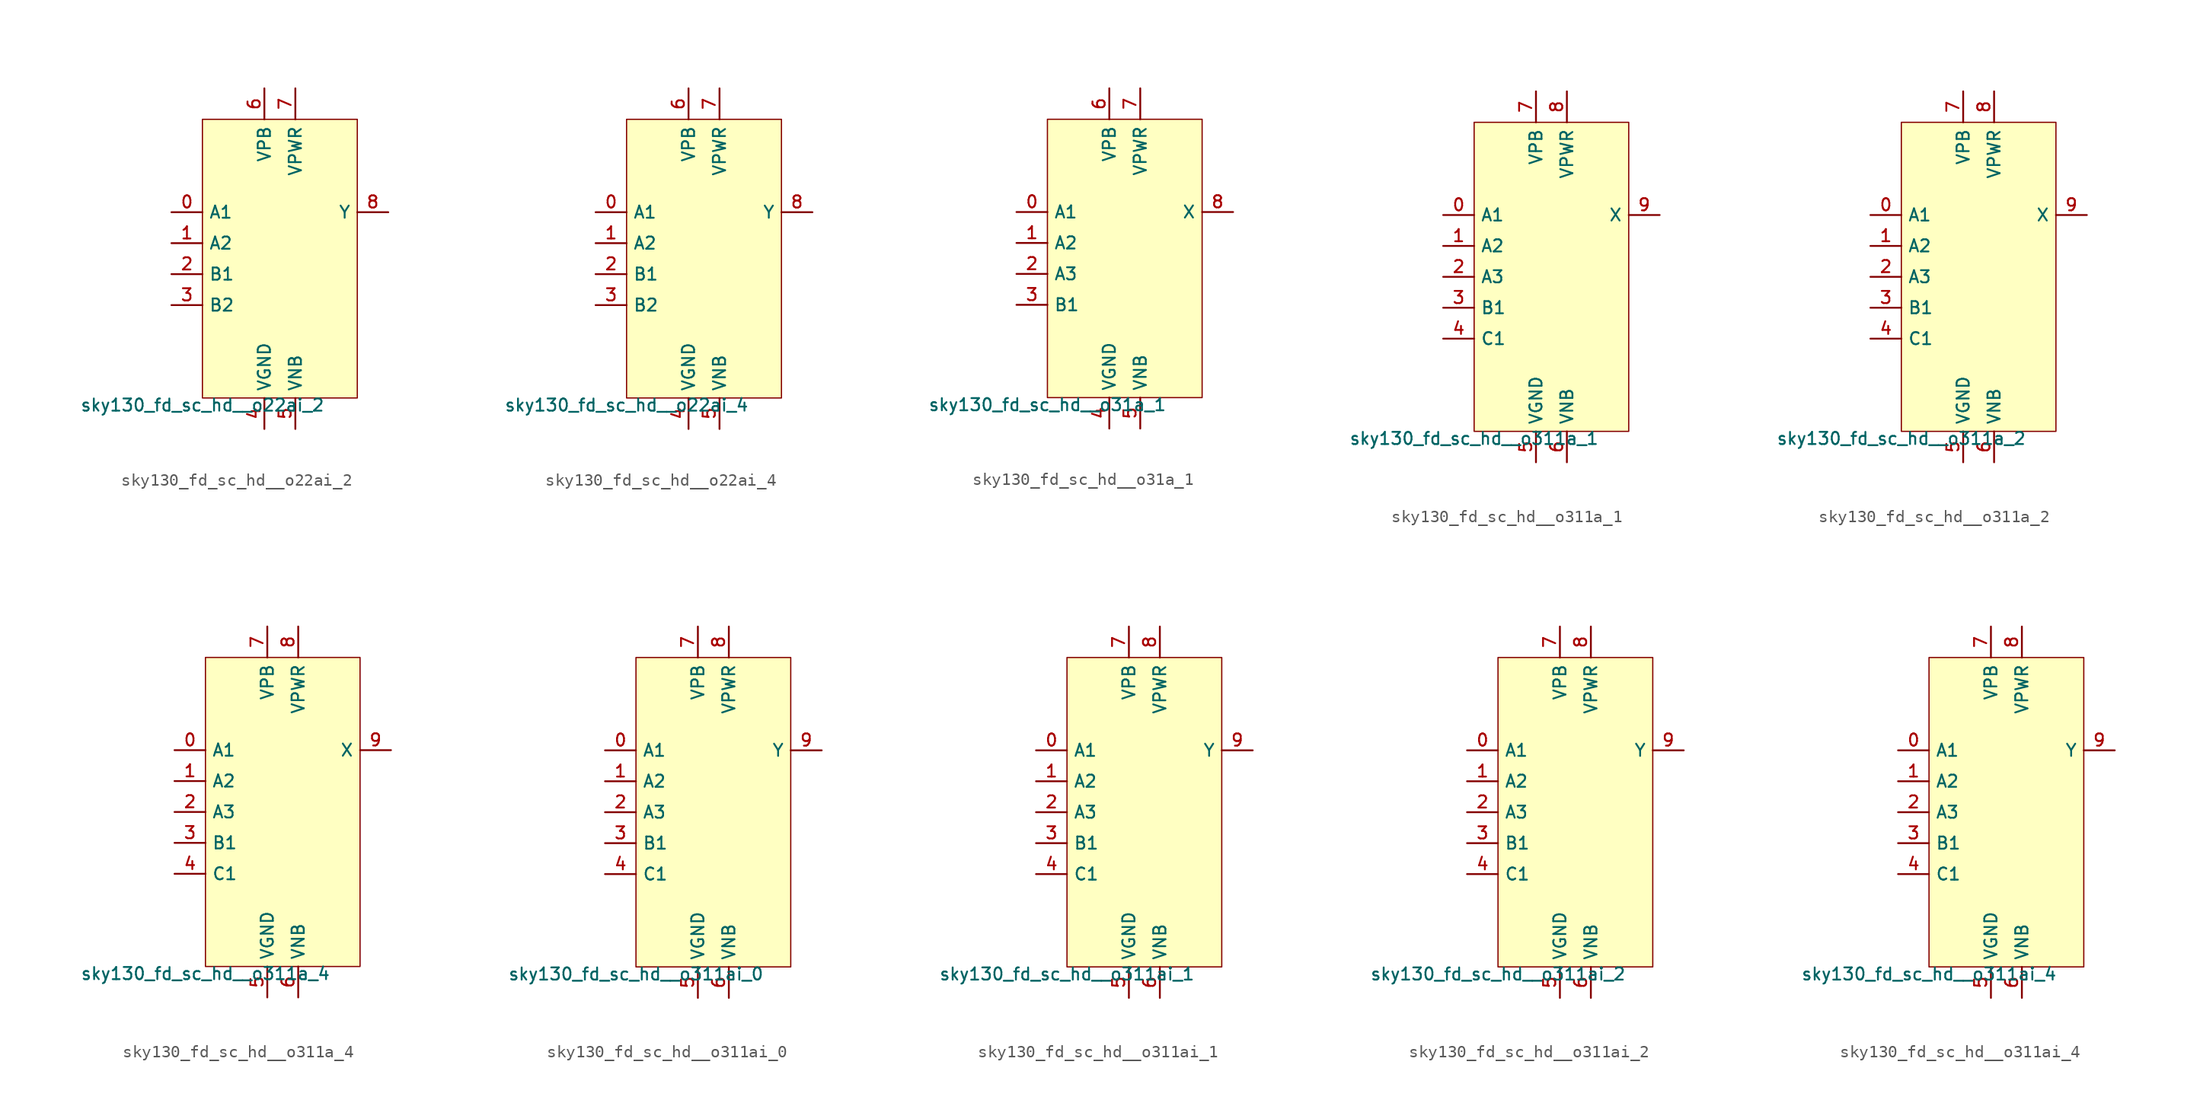
<source format=kicad_sym>
(kicad_symbol_lib
  (version 20211014)
  (generator lef2kicad_sym)
  (symbol "sky130_fd_sc_hd__o22ai_2"
    (property "Reference" "X"
      (at 0 0 0)
      (effects (font (size 1 1)) hide))
    (property "Value" "sky130_fd_sc_hd__o22ai_2"
      (at -6.35 -11.43 0)
      (effects (font (size 1 1)) (justify top)))
    (rectangle
      (start -6.35 -11.43)
      (end 6.35 11.43)
      (stroke (width 0.1) (type solid) (color 0 0 0 0))
      (fill (type background)))
    (pin input line
      (at -8.89 3.81 0)
      (length 2.54)
      (name "A1" (effects (font (size 1 1)) hide))
      (number "0" (effects (font (size 1 1)) hide)))
    (pin input line
      (at -8.89 1.27 0)
      (length 2.54)
      (name "A2" (effects (font (size 1 1)) hide))
      (number "1" (effects (font (size 1 1)) hide)))
    (pin input line
      (at -8.89 -1.27 0)
      (length 2.54)
      (name "B1" (effects (font (size 1 1)) hide))
      (number "2" (effects (font (size 1 1)) hide)))
    (pin input line
      (at -8.89 -3.81 0)
      (length 2.54)
      (name "B2" (effects (font (size 1 1)) hide))
      (number "3" (effects (font (size 1 1)) hide)))
    (pin power_in line
      (at -1.27 -13.97 90)
      (length 2.54)
      (name "VGND" (effects (font (size 1 1)) hide))
      (number "4" (effects (font (size 1 1)) hide)))
    (pin power_in line
      (at 1.27 -13.97 90)
      (length 2.54)
      (name "VNB" (effects (font (size 1 1)) hide))
      (number "5" (effects (font (size 1 1)) hide)))
    (pin power_in line
      (at -1.27 13.97 270)
      (length 2.54)
      (name "VPB" (effects (font (size 1 1)) hide))
      (number "6" (effects (font (size 1 1)) hide)))
    (pin power_in line
      (at 1.27 13.97 270)
      (length 2.54)
      (name "VPWR" (effects (font (size 1 1)) hide))
      (number "7" (effects (font (size 1 1)) hide)))
    (pin output line
      (at 8.89 3.81 180)
      (length 2.54)
      (name "Y" (effects (font (size 1 1)) hide))
      (number "8" (effects (font (size 1 1)) hide))))
  (symbol "sky130_fd_sc_hd__o22ai_4"
    (property "Reference" "X"
      (at 0 0 0)
      (effects (font (size 1 1)) hide))
    (property "Value" "sky130_fd_sc_hd__o22ai_4"
      (at -6.35 -11.43 0)
      (effects (font (size 1 1)) (justify top)))
    (rectangle
      (start -6.35 -11.43)
      (end 6.35 11.43)
      (stroke (width 0.1) (type solid) (color 0 0 0 0))
      (fill (type background)))
    (pin input line
      (at -8.89 3.81 0)
      (length 2.54)
      (name "A1" (effects (font (size 1 1)) hide))
      (number "0" (effects (font (size 1 1)) hide)))
    (pin input line
      (at -8.89 1.27 0)
      (length 2.54)
      (name "A2" (effects (font (size 1 1)) hide))
      (number "1" (effects (font (size 1 1)) hide)))
    (pin input line
      (at -8.89 -1.27 0)
      (length 2.54)
      (name "B1" (effects (font (size 1 1)) hide))
      (number "2" (effects (font (size 1 1)) hide)))
    (pin input line
      (at -8.89 -3.81 0)
      (length 2.54)
      (name "B2" (effects (font (size 1 1)) hide))
      (number "3" (effects (font (size 1 1)) hide)))
    (pin power_in line
      (at -1.27 -13.97 90)
      (length 2.54)
      (name "VGND" (effects (font (size 1 1)) hide))
      (number "4" (effects (font (size 1 1)) hide)))
    (pin power_in line
      (at 1.27 -13.97 90)
      (length 2.54)
      (name "VNB" (effects (font (size 1 1)) hide))
      (number "5" (effects (font (size 1 1)) hide)))
    (pin power_in line
      (at -1.27 13.97 270)
      (length 2.54)
      (name "VPB" (effects (font (size 1 1)) hide))
      (number "6" (effects (font (size 1 1)) hide)))
    (pin power_in line
      (at 1.27 13.97 270)
      (length 2.54)
      (name "VPWR" (effects (font (size 1 1)) hide))
      (number "7" (effects (font (size 1 1)) hide)))
    (pin output line
      (at 8.89 3.81 180)
      (length 2.54)
      (name "Y" (effects (font (size 1 1)) hide))
      (number "8" (effects (font (size 1 1)) hide))))
  (symbol "sky130_fd_sc_hd__o31a_1"
    (property "Reference" "X"
      (at 0 0 0)
      (effects (font (size 1 1)) hide))
    (property "Value" "sky130_fd_sc_hd__o31a_1"
      (at -6.35 -11.43 0)
      (effects (font (size 1 1)) (justify top)))
    (rectangle
      (start -6.35 -11.43)
      (end 6.35 11.43)
      (stroke (width 0.1) (type solid) (color 0 0 0 0))
      (fill (type background)))
    (pin input line
      (at -8.89 3.81 0)
      (length 2.54)
      (name "A1" (effects (font (size 1 1)) hide))
      (number "0" (effects (font (size 1 1)) hide)))
    (pin input line
      (at -8.89 1.27 0)
      (length 2.54)
      (name "A2" (effects (font (size 1 1)) hide))
      (number "1" (effects (font (size 1 1)) hide)))
    (pin input line
      (at -8.89 -1.27 0)
      (length 2.54)
      (name "A3" (effects (font (size 1 1)) hide))
      (number "2" (effects (font (size 1 1)) hide)))
    (pin input line
      (at -8.89 -3.81 0)
      (length 2.54)
      (name "B1" (effects (font (size 1 1)) hide))
      (number "3" (effects (font (size 1 1)) hide)))
    (pin power_in line
      (at -1.27 -13.97 90)
      (length 2.54)
      (name "VGND" (effects (font (size 1 1)) hide))
      (number "4" (effects (font (size 1 1)) hide)))
    (pin power_in line
      (at 1.27 -13.97 90)
      (length 2.54)
      (name "VNB" (effects (font (size 1 1)) hide))
      (number "5" (effects (font (size 1 1)) hide)))
    (pin power_in line
      (at -1.27 13.97 270)
      (length 2.54)
      (name "VPB" (effects (font (size 1 1)) hide))
      (number "6" (effects (font (size 1 1)) hide)))
    (pin power_in line
      (at 1.27 13.97 270)
      (length 2.54)
      (name "VPWR" (effects (font (size 1 1)) hide))
      (number "7" (effects (font (size 1 1)) hide)))
    (pin output line
      (at 8.89 3.81 180)
      (length 2.54)
      (name "X" (effects (font (size 1 1)) hide))
      (number "8" (effects (font (size 1 1)) hide))))
  (symbol "sky130_fd_sc_hd__o311a_1"
    (property "Reference" "X"
      (at 0 0 0)
      (effects (font (size 1 1)) hide))
    (property "Value" "sky130_fd_sc_hd__o311a_1"
      (at -6.35 -12.7 0)
      (effects (font (size 1 1)) (justify top)))
    (rectangle
      (start -6.35 -12.7)
      (end 6.35 12.7)
      (stroke (width 0.1) (type solid) (color 0 0 0 0))
      (fill (type background)))
    (pin input line
      (at -8.89 5.08 0)
      (length 2.54)
      (name "A1" (effects (font (size 1 1)) hide))
      (number "0" (effects (font (size 1 1)) hide)))
    (pin input line
      (at -8.89 2.54 0)
      (length 2.54)
      (name "A2" (effects (font (size 1 1)) hide))
      (number "1" (effects (font (size 1 1)) hide)))
    (pin input line
      (at -8.89 -8.881784197001252e-16 0)
      (length 2.54)
      (name "A3" (effects (font (size 1 1)) hide))
      (number "2" (effects (font (size 1 1)) hide)))
    (pin input line
      (at -8.89 -2.54 0)
      (length 2.54)
      (name "B1" (effects (font (size 1 1)) hide))
      (number "3" (effects (font (size 1 1)) hide)))
    (pin input line
      (at -8.89 -5.08 0)
      (length 2.54)
      (name "C1" (effects (font (size 1 1)) hide))
      (number "4" (effects (font (size 1 1)) hide)))
    (pin power_in line
      (at -1.27 -15.24 90)
      (length 2.54)
      (name "VGND" (effects (font (size 1 1)) hide))
      (number "5" (effects (font (size 1 1)) hide)))
    (pin power_in line
      (at 1.27 -15.24 90)
      (length 2.54)
      (name "VNB" (effects (font (size 1 1)) hide))
      (number "6" (effects (font (size 1 1)) hide)))
    (pin power_in line
      (at -1.27 15.24 270)
      (length 2.54)
      (name "VPB" (effects (font (size 1 1)) hide))
      (number "7" (effects (font (size 1 1)) hide)))
    (pin power_in line
      (at 1.27 15.24 270)
      (length 2.54)
      (name "VPWR" (effects (font (size 1 1)) hide))
      (number "8" (effects (font (size 1 1)) hide)))
    (pin output line
      (at 8.89 5.08 180)
      (length 2.54)
      (name "X" (effects (font (size 1 1)) hide))
      (number "9" (effects (font (size 1 1)) hide))))
  (symbol "sky130_fd_sc_hd__o311a_2"
    (property "Reference" "X"
      (at 0 0 0)
      (effects (font (size 1 1)) hide))
    (property "Value" "sky130_fd_sc_hd__o311a_2"
      (at -6.35 -12.7 0)
      (effects (font (size 1 1)) (justify top)))
    (rectangle
      (start -6.35 -12.7)
      (end 6.35 12.7)
      (stroke (width 0.1) (type solid) (color 0 0 0 0))
      (fill (type background)))
    (pin input line
      (at -8.89 5.08 0)
      (length 2.54)
      (name "A1" (effects (font (size 1 1)) hide))
      (number "0" (effects (font (size 1 1)) hide)))
    (pin input line
      (at -8.89 2.54 0)
      (length 2.54)
      (name "A2" (effects (font (size 1 1)) hide))
      (number "1" (effects (font (size 1 1)) hide)))
    (pin input line
      (at -8.89 -8.881784197001252e-16 0)
      (length 2.54)
      (name "A3" (effects (font (size 1 1)) hide))
      (number "2" (effects (font (size 1 1)) hide)))
    (pin input line
      (at -8.89 -2.54 0)
      (length 2.54)
      (name "B1" (effects (font (size 1 1)) hide))
      (number "3" (effects (font (size 1 1)) hide)))
    (pin input line
      (at -8.89 -5.08 0)
      (length 2.54)
      (name "C1" (effects (font (size 1 1)) hide))
      (number "4" (effects (font (size 1 1)) hide)))
    (pin power_in line
      (at -1.27 -15.24 90)
      (length 2.54)
      (name "VGND" (effects (font (size 1 1)) hide))
      (number "5" (effects (font (size 1 1)) hide)))
    (pin power_in line
      (at 1.27 -15.24 90)
      (length 2.54)
      (name "VNB" (effects (font (size 1 1)) hide))
      (number "6" (effects (font (size 1 1)) hide)))
    (pin power_in line
      (at -1.27 15.24 270)
      (length 2.54)
      (name "VPB" (effects (font (size 1 1)) hide))
      (number "7" (effects (font (size 1 1)) hide)))
    (pin power_in line
      (at 1.27 15.24 270)
      (length 2.54)
      (name "VPWR" (effects (font (size 1 1)) hide))
      (number "8" (effects (font (size 1 1)) hide)))
    (pin output line
      (at 8.89 5.08 180)
      (length 2.54)
      (name "X" (effects (font (size 1 1)) hide))
      (number "9" (effects (font (size 1 1)) hide))))
  (symbol "sky130_fd_sc_hd__o311a_4"
    (property "Reference" "X"
      (at 0 0 0)
      (effects (font (size 1 1)) hide))
    (property "Value" "sky130_fd_sc_hd__o311a_4"
      (at -6.35 -12.7 0)
      (effects (font (size 1 1)) (justify top)))
    (rectangle
      (start -6.35 -12.7)
      (end 6.35 12.7)
      (stroke (width 0.1) (type solid) (color 0 0 0 0))
      (fill (type background)))
    (pin input line
      (at -8.89 5.08 0)
      (length 2.54)
      (name "A1" (effects (font (size 1 1)) hide))
      (number "0" (effects (font (size 1 1)) hide)))
    (pin input line
      (at -8.89 2.54 0)
      (length 2.54)
      (name "A2" (effects (font (size 1 1)) hide))
      (number "1" (effects (font (size 1 1)) hide)))
    (pin input line
      (at -8.89 -8.881784197001252e-16 0)
      (length 2.54)
      (name "A3" (effects (font (size 1 1)) hide))
      (number "2" (effects (font (size 1 1)) hide)))
    (pin input line
      (at -8.89 -2.54 0)
      (length 2.54)
      (name "B1" (effects (font (size 1 1)) hide))
      (number "3" (effects (font (size 1 1)) hide)))
    (pin input line
      (at -8.89 -5.08 0)
      (length 2.54)
      (name "C1" (effects (font (size 1 1)) hide))
      (number "4" (effects (font (size 1 1)) hide)))
    (pin power_in line
      (at -1.27 -15.24 90)
      (length 2.54)
      (name "VGND" (effects (font (size 1 1)) hide))
      (number "5" (effects (font (size 1 1)) hide)))
    (pin power_in line
      (at 1.27 -15.24 90)
      (length 2.54)
      (name "VNB" (effects (font (size 1 1)) hide))
      (number "6" (effects (font (size 1 1)) hide)))
    (pin power_in line
      (at -1.27 15.24 270)
      (length 2.54)
      (name "VPB" (effects (font (size 1 1)) hide))
      (number "7" (effects (font (size 1 1)) hide)))
    (pin power_in line
      (at 1.27 15.24 270)
      (length 2.54)
      (name "VPWR" (effects (font (size 1 1)) hide))
      (number "8" (effects (font (size 1 1)) hide)))
    (pin output line
      (at 8.89 5.08 180)
      (length 2.54)
      (name "X" (effects (font (size 1 1)) hide))
      (number "9" (effects (font (size 1 1)) hide))))
  (symbol "sky130_fd_sc_hd__o311ai_0"
    (property "Reference" "X"
      (at 0 0 0)
      (effects (font (size 1 1)) hide))
    (property "Value" "sky130_fd_sc_hd__o311ai_0"
      (at -6.35 -12.7 0)
      (effects (font (size 1 1)) (justify top)))
    (rectangle
      (start -6.35 -12.7)
      (end 6.35 12.7)
      (stroke (width 0.1) (type solid) (color 0 0 0 0))
      (fill (type background)))
    (pin input line
      (at -8.89 5.08 0)
      (length 2.54)
      (name "A1" (effects (font (size 1 1)) hide))
      (number "0" (effects (font (size 1 1)) hide)))
    (pin input line
      (at -8.89 2.54 0)
      (length 2.54)
      (name "A2" (effects (font (size 1 1)) hide))
      (number "1" (effects (font (size 1 1)) hide)))
    (pin input line
      (at -8.89 -8.881784197001252e-16 0)
      (length 2.54)
      (name "A3" (effects (font (size 1 1)) hide))
      (number "2" (effects (font (size 1 1)) hide)))
    (pin input line
      (at -8.89 -2.54 0)
      (length 2.54)
      (name "B1" (effects (font (size 1 1)) hide))
      (number "3" (effects (font (size 1 1)) hide)))
    (pin input line
      (at -8.89 -5.08 0)
      (length 2.54)
      (name "C1" (effects (font (size 1 1)) hide))
      (number "4" (effects (font (size 1 1)) hide)))
    (pin power_in line
      (at -1.27 -15.24 90)
      (length 2.54)
      (name "VGND" (effects (font (size 1 1)) hide))
      (number "5" (effects (font (size 1 1)) hide)))
    (pin power_in line
      (at 1.27 -15.24 90)
      (length 2.54)
      (name "VNB" (effects (font (size 1 1)) hide))
      (number "6" (effects (font (size 1 1)) hide)))
    (pin power_in line
      (at -1.27 15.24 270)
      (length 2.54)
      (name "VPB" (effects (font (size 1 1)) hide))
      (number "7" (effects (font (size 1 1)) hide)))
    (pin power_in line
      (at 1.27 15.24 270)
      (length 2.54)
      (name "VPWR" (effects (font (size 1 1)) hide))
      (number "8" (effects (font (size 1 1)) hide)))
    (pin output line
      (at 8.89 5.08 180)
      (length 2.54)
      (name "Y" (effects (font (size 1 1)) hide))
      (number "9" (effects (font (size 1 1)) hide))))
  (symbol "sky130_fd_sc_hd__o311ai_1"
    (property "Reference" "X"
      (at 0 0 0)
      (effects (font (size 1 1)) hide))
    (property "Value" "sky130_fd_sc_hd__o311ai_1"
      (at -6.35 -12.7 0)
      (effects (font (size 1 1)) (justify top)))
    (rectangle
      (start -6.35 -12.7)
      (end 6.35 12.7)
      (stroke (width 0.1) (type solid) (color 0 0 0 0))
      (fill (type background)))
    (pin input line
      (at -8.89 5.08 0)
      (length 2.54)
      (name "A1" (effects (font (size 1 1)) hide))
      (number "0" (effects (font (size 1 1)) hide)))
    (pin input line
      (at -8.89 2.54 0)
      (length 2.54)
      (name "A2" (effects (font (size 1 1)) hide))
      (number "1" (effects (font (size 1 1)) hide)))
    (pin input line
      (at -8.89 -8.881784197001252e-16 0)
      (length 2.54)
      (name "A3" (effects (font (size 1 1)) hide))
      (number "2" (effects (font (size 1 1)) hide)))
    (pin input line
      (at -8.89 -2.54 0)
      (length 2.54)
      (name "B1" (effects (font (size 1 1)) hide))
      (number "3" (effects (font (size 1 1)) hide)))
    (pin input line
      (at -8.89 -5.08 0)
      (length 2.54)
      (name "C1" (effects (font (size 1 1)) hide))
      (number "4" (effects (font (size 1 1)) hide)))
    (pin power_in line
      (at -1.27 -15.24 90)
      (length 2.54)
      (name "VGND" (effects (font (size 1 1)) hide))
      (number "5" (effects (font (size 1 1)) hide)))
    (pin power_in line
      (at 1.27 -15.24 90)
      (length 2.54)
      (name "VNB" (effects (font (size 1 1)) hide))
      (number "6" (effects (font (size 1 1)) hide)))
    (pin power_in line
      (at -1.27 15.24 270)
      (length 2.54)
      (name "VPB" (effects (font (size 1 1)) hide))
      (number "7" (effects (font (size 1 1)) hide)))
    (pin power_in line
      (at 1.27 15.24 270)
      (length 2.54)
      (name "VPWR" (effects (font (size 1 1)) hide))
      (number "8" (effects (font (size 1 1)) hide)))
    (pin output line
      (at 8.89 5.08 180)
      (length 2.54)
      (name "Y" (effects (font (size 1 1)) hide))
      (number "9" (effects (font (size 1 1)) hide))))
  (symbol "sky130_fd_sc_hd__o311ai_2"
    (property "Reference" "X"
      (at 0 0 0)
      (effects (font (size 1 1)) hide))
    (property "Value" "sky130_fd_sc_hd__o311ai_2"
      (at -6.35 -12.7 0)
      (effects (font (size 1 1)) (justify top)))
    (rectangle
      (start -6.35 -12.7)
      (end 6.35 12.7)
      (stroke (width 0.1) (type solid) (color 0 0 0 0))
      (fill (type background)))
    (pin input line
      (at -8.89 5.08 0)
      (length 2.54)
      (name "A1" (effects (font (size 1 1)) hide))
      (number "0" (effects (font (size 1 1)) hide)))
    (pin input line
      (at -8.89 2.54 0)
      (length 2.54)
      (name "A2" (effects (font (size 1 1)) hide))
      (number "1" (effects (font (size 1 1)) hide)))
    (pin input line
      (at -8.89 -8.881784197001252e-16 0)
      (length 2.54)
      (name "A3" (effects (font (size 1 1)) hide))
      (number "2" (effects (font (size 1 1)) hide)))
    (pin input line
      (at -8.89 -2.54 0)
      (length 2.54)
      (name "B1" (effects (font (size 1 1)) hide))
      (number "3" (effects (font (size 1 1)) hide)))
    (pin input line
      (at -8.89 -5.08 0)
      (length 2.54)
      (name "C1" (effects (font (size 1 1)) hide))
      (number "4" (effects (font (size 1 1)) hide)))
    (pin power_in line
      (at -1.27 -15.24 90)
      (length 2.54)
      (name "VGND" (effects (font (size 1 1)) hide))
      (number "5" (effects (font (size 1 1)) hide)))
    (pin power_in line
      (at 1.27 -15.24 90)
      (length 2.54)
      (name "VNB" (effects (font (size 1 1)) hide))
      (number "6" (effects (font (size 1 1)) hide)))
    (pin power_in line
      (at -1.27 15.24 270)
      (length 2.54)
      (name "VPB" (effects (font (size 1 1)) hide))
      (number "7" (effects (font (size 1 1)) hide)))
    (pin power_in line
      (at 1.27 15.24 270)
      (length 2.54)
      (name "VPWR" (effects (font (size 1 1)) hide))
      (number "8" (effects (font (size 1 1)) hide)))
    (pin output line
      (at 8.89 5.08 180)
      (length 2.54)
      (name "Y" (effects (font (size 1 1)) hide))
      (number "9" (effects (font (size 1 1)) hide))))
  (symbol "sky130_fd_sc_hd__o311ai_4"
    (property "Reference" "X"
      (at 0 0 0)
      (effects (font (size 1 1)) hide))
    (property "Value" "sky130_fd_sc_hd__o311ai_4"
      (at -6.35 -12.7 0)
      (effects (font (size 1 1)) (justify top)))
    (rectangle
      (start -6.35 -12.7)
      (end 6.35 12.7)
      (stroke (width 0.1) (type solid) (color 0 0 0 0))
      (fill (type background)))
    (pin input line
      (at -8.89 5.08 0)
      (length 2.54)
      (name "A1" (effects (font (size 1 1)) hide))
      (number "0" (effects (font (size 1 1)) hide)))
    (pin input line
      (at -8.89 2.54 0)
      (length 2.54)
      (name "A2" (effects (font (size 1 1)) hide))
      (number "1" (effects (font (size 1 1)) hide)))
    (pin input line
      (at -8.89 -8.881784197001252e-16 0)
      (length 2.54)
      (name "A3" (effects (font (size 1 1)) hide))
      (number "2" (effects (font (size 1 1)) hide)))
    (pin input line
      (at -8.89 -2.54 0)
      (length 2.54)
      (name "B1" (effects (font (size 1 1)) hide))
      (number "3" (effects (font (size 1 1)) hide)))
    (pin input line
      (at -8.89 -5.08 0)
      (length 2.54)
      (name "C1" (effects (font (size 1 1)) hide))
      (number "4" (effects (font (size 1 1)) hide)))
    (pin power_in line
      (at -1.27 -15.24 90)
      (length 2.54)
      (name "VGND" (effects (font (size 1 1)) hide))
      (number "5" (effects (font (size 1 1)) hide)))
    (pin power_in line
      (at 1.27 -15.24 90)
      (length 2.54)
      (name "VNB" (effects (font (size 1 1)) hide))
      (number "6" (effects (font (size 1 1)) hide)))
    (pin power_in line
      (at -1.27 15.24 270)
      (length 2.54)
      (name "VPB" (effects (font (size 1 1)) hide))
      (number "7" (effects (font (size 1 1)) hide)))
    (pin power_in line
      (at 1.27 15.24 270)
      (length 2.54)
      (name "VPWR" (effects (font (size 1 1)) hide))
      (number "8" (effects (font (size 1 1)) hide)))
    (pin output line
      (at 8.89 5.08 180)
      (length 2.54)
      (name "Y" (effects (font (size 1 1)) hide))
      (number "9" (effects (font (size 1 1)) hide)))))
</source>
